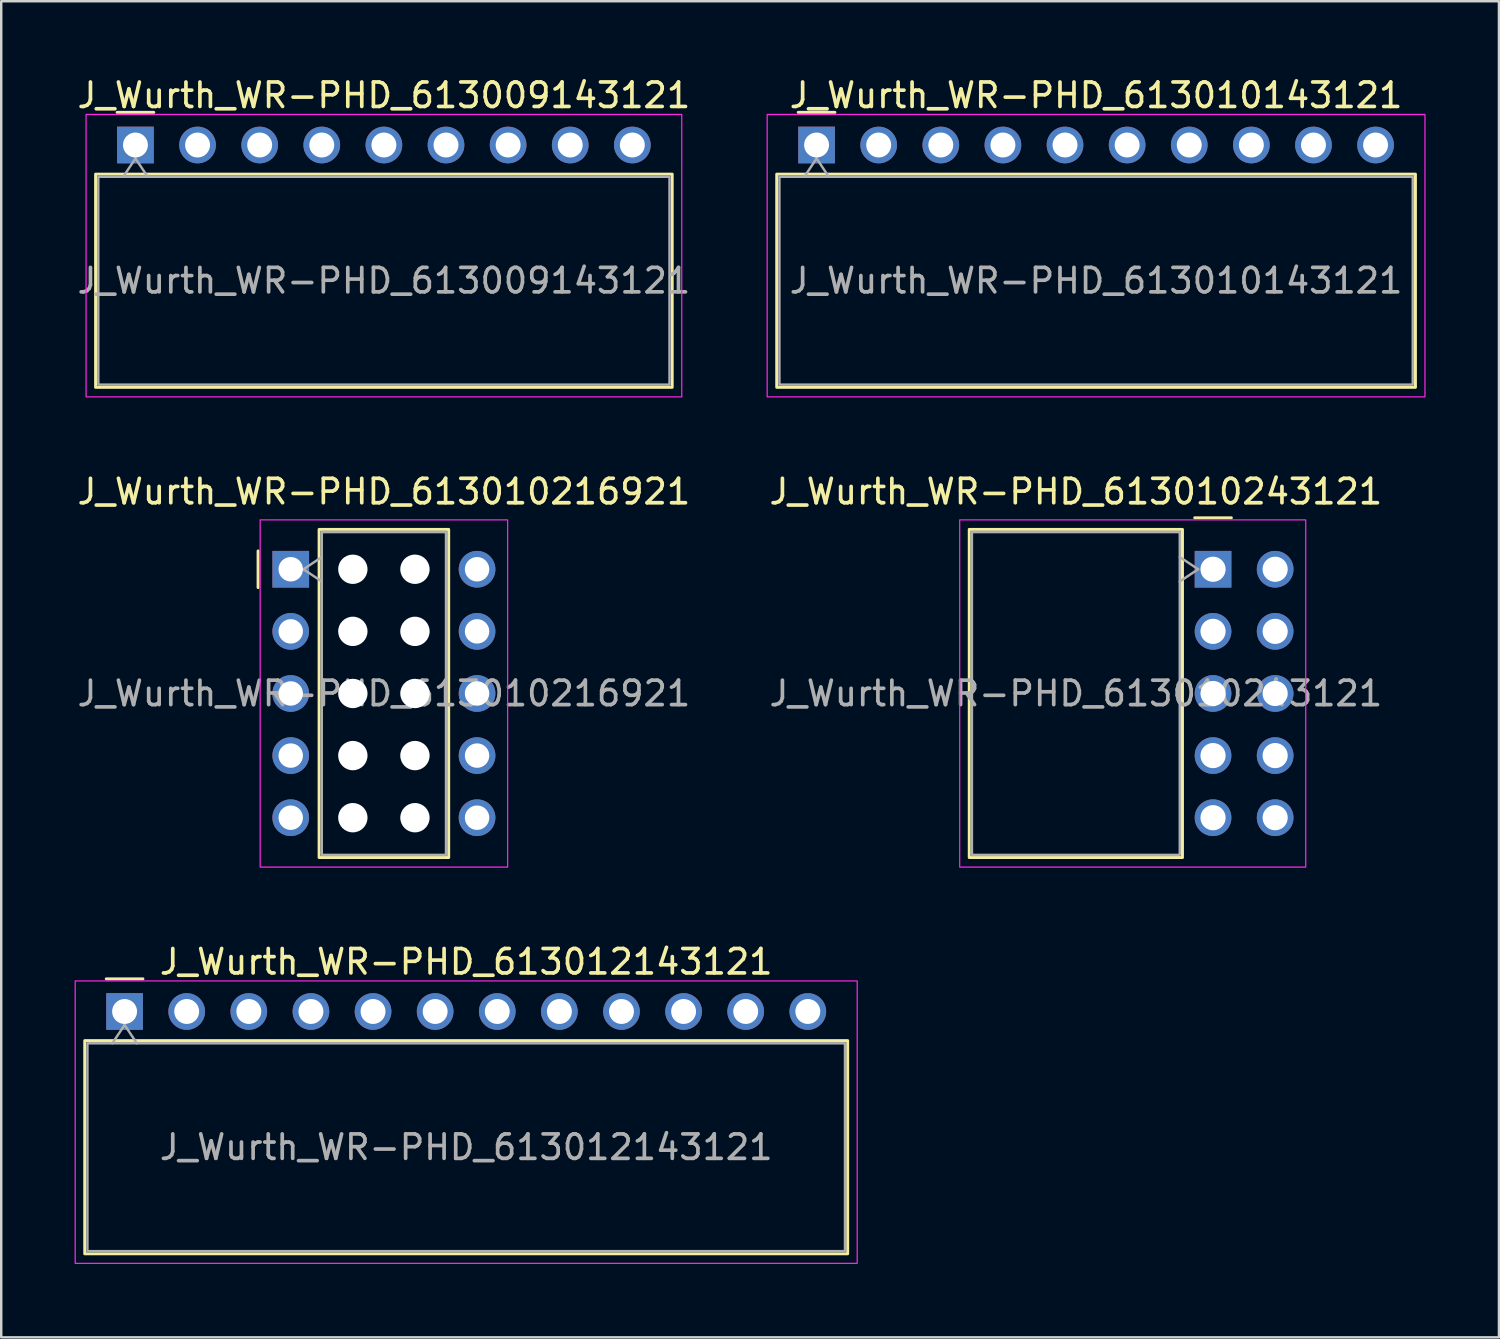
<source format=kicad_pcb>
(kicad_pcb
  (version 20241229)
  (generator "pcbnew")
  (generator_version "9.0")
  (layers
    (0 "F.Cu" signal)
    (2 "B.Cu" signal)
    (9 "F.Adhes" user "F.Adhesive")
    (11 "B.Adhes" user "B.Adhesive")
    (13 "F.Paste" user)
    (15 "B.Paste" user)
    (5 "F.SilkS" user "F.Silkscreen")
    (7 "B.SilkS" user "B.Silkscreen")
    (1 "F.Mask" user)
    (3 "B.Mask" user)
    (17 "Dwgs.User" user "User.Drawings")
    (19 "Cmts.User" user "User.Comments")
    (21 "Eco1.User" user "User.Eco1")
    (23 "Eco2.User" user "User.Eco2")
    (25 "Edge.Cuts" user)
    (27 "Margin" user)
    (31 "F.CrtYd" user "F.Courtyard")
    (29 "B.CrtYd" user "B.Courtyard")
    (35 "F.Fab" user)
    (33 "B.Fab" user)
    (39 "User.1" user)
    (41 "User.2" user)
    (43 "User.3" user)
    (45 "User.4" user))
  (footprint "J_Wurth_WR-PHD_613010143121"
    (layer "F.Cu")
    (at 30.343 2.88)
    (property "Reference" "J_Wurth_WR-PHD_613010143121" (at 11.43 -2.032 0) (unlocked yes) (layer "F.SilkS") (effects (font (size 1 1) (thickness 0.15))))
    (attr through_hole)
    (fp_line (start -0.75 -1.335) (end 0.75 -1.335) (stroke (width 0.12) (type solid)) (layer "F.SilkS"))
    (fp_rect (start -1.63 1.19) (end 24.49 9.91) (stroke (width 0.12) (type solid)) (fill no) (layer "F.SilkS"))
    (fp_rect (start -2.02 -1.25) (end 24.88 10.3) (stroke (width 0.05) (type solid)) (fill no) (layer "F.CrtYd"))
    (fp_line (start 0 0.55) (end -0.5 1.3) (stroke (width 0.1) (type solid)) (layer "F.Fab"))
    (fp_line (start 0 0.55) (end 0.5 1.3) (stroke (width 0.1) (type solid)) (layer "F.Fab"))
    (fp_rect (start -1.52 1.3) (end 24.38 9.8) (stroke (width 0.1) (type solid)) (fill no) (layer "F.Fab"))
    (fp_text user "${REFERENCE}" (at 11.43 5.55 0) (unlocked yes) (layer "F.Fab") (effects (font (size 1 1) (thickness 0.15))))
    (pad "1" thru_hole rect (at 0 0) (size 1.5 1.5) (drill 1.02) (layers "*.Cu" "*.Mask"))
    (pad "2" thru_hole circle (at 2.54 0) (size 1.5 1.5) (drill 1.02) (layers "*.Cu" "*.Mask"))
    (pad "3" thru_hole circle (at 5.08 0) (size 1.5 1.5) (drill 1.02) (layers "*.Cu" "*.Mask"))
    (pad "4" thru_hole circle (at 7.62 0) (size 1.5 1.5) (drill 1.02) (layers "*.Cu" "*.Mask"))
    (pad "5" thru_hole circle (at 10.16 0) (size 1.5 1.5) (drill 1.02) (layers "*.Cu" "*.Mask"))
    (pad "6" thru_hole circle (at 12.7 0) (size 1.5 1.5) (drill 1.02) (layers "*.Cu" "*.Mask"))
    (pad "7" thru_hole circle (at 15.24 0) (size 1.5 1.5) (drill 1.02) (layers "*.Cu" "*.Mask"))
    (pad "8" thru_hole circle (at 17.78 0) (size 1.5 1.5) (drill 1.02) (layers "*.Cu" "*.Mask"))
    (pad "9" thru_hole circle (at 20.32 0) (size 1.5 1.5) (drill 1.02) (layers "*.Cu" "*.Mask"))
    (pad "10" thru_hole circle (at 22.86 0) (size 1.5 1.5) (drill 1.02) (layers "*.Cu" "*.Mask")))
  (footprint "J_Wurth_WR-PHD_613012143121"
    (layer "F.Cu")
    (at 2.045 38.314)
    (property "Reference" "J_Wurth_WR-PHD_613012143121" (at 13.97 -2.032 0) (unlocked yes) (layer "F.SilkS") (effects (font (size 1 1) (thickness 0.15))))
    (attr through_hole)
    (fp_line (start -0.75 -1.335) (end 0.75 -1.335) (stroke (width 0.12) (type solid)) (layer "F.SilkS"))
    (fp_rect (start -1.63 1.19) (end 29.57 9.91) (stroke (width 0.12) (type solid)) (fill no) (layer "F.SilkS"))
    (fp_rect (start -2.02 -1.25) (end 29.96 10.3) (stroke (width 0.05) (type solid)) (fill no) (layer "F.CrtYd"))
    (fp_line (start 0 0.55) (end -0.5 1.3) (stroke (width 0.1) (type solid)) (layer "F.Fab"))
    (fp_line (start 0 0.55) (end 0.5 1.3) (stroke (width 0.1) (type solid)) (layer "F.Fab"))
    (fp_rect (start -1.52 1.3) (end 29.46 9.8) (stroke (width 0.1) (type solid)) (fill no) (layer "F.Fab"))
    (fp_text user "${REFERENCE}" (at 13.97 5.55 0) (unlocked yes) (layer "F.Fab") (effects (font (size 1 1) (thickness 0.15))))
    (pad "1" thru_hole rect (at 0 0) (size 1.5 1.5) (drill 1.02) (layers "*.Cu" "*.Mask"))
    (pad "2" thru_hole circle (at 2.54 0) (size 1.5 1.5) (drill 1.02) (layers "*.Cu" "*.Mask"))
    (pad "3" thru_hole circle (at 5.08 0) (size 1.5 1.5) (drill 1.02) (layers "*.Cu" "*.Mask"))
    (pad "4" thru_hole circle (at 7.62 0) (size 1.5 1.5) (drill 1.02) (layers "*.Cu" "*.Mask"))
    (pad "5" thru_hole circle (at 10.16 0) (size 1.5 1.5) (drill 1.02) (layers "*.Cu" "*.Mask"))
    (pad "6" thru_hole circle (at 12.7 0) (size 1.5 1.5) (drill 1.02) (layers "*.Cu" "*.Mask"))
    (pad "7" thru_hole circle (at 15.24 0) (size 1.5 1.5) (drill 1.02) (layers "*.Cu" "*.Mask"))
    (pad "8" thru_hole circle (at 17.78 0) (size 1.5 1.5) (drill 1.02) (layers "*.Cu" "*.Mask"))
    (pad "9" thru_hole circle (at 20.32 0) (size 1.5 1.5) (drill 1.02) (layers "*.Cu" "*.Mask"))
    (pad "10" thru_hole circle (at 22.86 0) (size 1.5 1.5) (drill 1.02) (layers "*.Cu" "*.Mask"))
    (pad "11" thru_hole circle (at 25.4 0) (size 1.5 1.5) (drill 1.02) (layers "*.Cu" "*.Mask"))
    (pad "12" thru_hole circle (at 27.94 0) (size 1.5 1.5) (drill 1.02) (layers "*.Cu" "*.Mask")))
  (footprint "J_Wurth_WR-PHD_613010216921"
    (layer "F.Cu")
    (at 8.839 20.229)
    (property "Reference" "J_Wurth_WR-PHD_613010216921" (at 3.81 -3.175 0) (unlocked yes) (layer "F.SilkS") (effects (font (size 1 1) (thickness 0.15))))
    (attr through_hole)
    (fp_line (start -1.335 -0.75) (end -1.335 0.75) (stroke (width 0.12) (type solid)) (layer "F.SilkS"))
    (fp_rect (start 1.16 -1.63) (end 6.46 11.79) (stroke (width 0.12) (type solid)) (fill no) (layer "F.SilkS"))
    (fp_rect (start -1.25 -2.02) (end 8.87 12.18) (stroke (width 0.05) (type solid)) (fill no) (layer "F.CrtYd"))
    (fp_line (start 0.52 0) (end 1.27 -0.5) (stroke (width 0.1) (type solid)) (layer "F.Fab"))
    (fp_line (start 0.52 0) (end 1.27 0.5) (stroke (width 0.1) (type solid)) (layer "F.Fab"))
    (fp_rect (start 1.27 -1.52) (end 6.35 11.68) (stroke (width 0.1) (type solid)) (fill no) (layer "F.Fab"))
    (fp_text user "${REFERENCE}" (at 3.81 5.08 0) (unlocked yes) (layer "F.Fab") (effects (font (size 1 1) (thickness 0.15))))
    (pad "" np_thru_hole circle (at 2.54 0 270) (size 1.2 1.2) (drill 1.2) (layers "*.Cu" "*.Mask"))
    (pad "" np_thru_hole circle (at 2.54 2.54 270) (size 1.2 1.2) (drill 1.2) (layers "*.Cu" "*.Mask"))
    (pad "" np_thru_hole circle (at 2.54 5.08 270) (size 1.2 1.2) (drill 1.2) (layers "*.Cu" "*.Mask"))
    (pad "" np_thru_hole circle (at 2.54 7.62 270) (size 1.2 1.2) (drill 1.2) (layers "*.Cu" "*.Mask"))
    (pad "" np_thru_hole circle (at 2.54 10.16 270) (size 1.2 1.2) (drill 1.2) (layers "*.Cu" "*.Mask"))
    (pad "" np_thru_hole circle (at 5.08 0 270) (size 1.2 1.2) (drill 1.2) (layers "*.Cu" "*.Mask"))
    (pad "" np_thru_hole circle (at 5.08 2.54 270) (size 1.2 1.2) (drill 1.2) (layers "*.Cu" "*.Mask"))
    (pad "" np_thru_hole circle (at 5.08 5.08 270) (size 1.2 1.2) (drill 1.2) (layers "*.Cu" "*.Mask"))
    (pad "" np_thru_hole circle (at 5.08 7.62 270) (size 1.2 1.2) (drill 1.2) (layers "*.Cu" "*.Mask"))
    (pad "" np_thru_hole circle (at 5.08 10.16 270) (size 1.2 1.2) (drill 1.2) (layers "*.Cu" "*.Mask"))
    (pad "1" thru_hole rect (at 0 0 270) (size 1.5 1.5) (drill 1) (layers "*.Cu" "*.Mask"))
    (pad "2" thru_hole circle (at 7.62 0 270) (size 1.5 1.5) (drill 1) (layers "*.Cu" "*.Mask"))
    (pad "3" thru_hole circle (at 0 2.54 270) (size 1.5 1.5) (drill 1) (layers "*.Cu" "*.Mask"))
    (pad "4" thru_hole circle (at 7.62 2.54 270) (size 1.5 1.5) (drill 1) (layers "*.Cu" "*.Mask"))
    (pad "5" thru_hole circle (at 0 5.08 270) (size 1.5 1.5) (drill 1) (layers "*.Cu" "*.Mask"))
    (pad "6" thru_hole circle (at 7.62 5.08 270) (size 1.5 1.5) (drill 1) (layers "*.Cu" "*.Mask"))
    (pad "7" thru_hole circle (at 0 7.62 270) (size 1.5 1.5) (drill 1) (layers "*.Cu" "*.Mask"))
    (pad "8" thru_hole circle (at 7.62 7.62 270) (size 1.5 1.5) (drill 1) (layers "*.Cu" "*.Mask"))
    (pad "9" thru_hole circle (at 0 10.16 270) (size 1.5 1.5) (drill 1) (layers "*.Cu" "*.Mask"))
    (pad "10" thru_hole circle (at 7.62 10.16 270) (size 1.5 1.5) (drill 1) (layers "*.Cu" "*.Mask")))
  (footprint "J_Wurth_WR-PHD_613009143121"
    (layer "F.Cu")
    (at 2.489 2.88)
    (property "Reference" "J_Wurth_WR-PHD_613009143121" (at 10.16 -2.032 0) (unlocked yes) (layer "F.SilkS") (effects (font (size 1 1) (thickness 0.15))))
    (attr through_hole)
    (fp_line (start -0.75 -1.335) (end 0.75 -1.335) (stroke (width 0.12) (type solid)) (layer "F.SilkS"))
    (fp_rect (start -1.63 1.19) (end 21.95 9.91) (stroke (width 0.12) (type solid)) (fill no) (layer "F.SilkS"))
    (fp_rect (start -2.02 -1.25) (end 22.34 10.3) (stroke (width 0.05) (type solid)) (fill no) (layer "F.CrtYd"))
    (fp_line (start 0 0.55) (end -0.5 1.3) (stroke (width 0.1) (type solid)) (layer "F.Fab"))
    (fp_line (start 0 0.55) (end 0.5 1.3) (stroke (width 0.1) (type solid)) (layer "F.Fab"))
    (fp_rect (start -1.52 1.3) (end 21.84 9.8) (stroke (width 0.1) (type solid)) (fill no) (layer "F.Fab"))
    (fp_text user "${REFERENCE}" (at 10.16 5.55 0) (unlocked yes) (layer "F.Fab") (effects (font (size 1 1) (thickness 0.15))))
    (pad "1" thru_hole rect (at 0 0) (size 1.5 1.5) (drill 1.02) (layers "*.Cu" "*.Mask"))
    (pad "2" thru_hole circle (at 2.54 0) (size 1.5 1.5) (drill 1.02) (layers "*.Cu" "*.Mask"))
    (pad "3" thru_hole circle (at 5.08 0) (size 1.5 1.5) (drill 1.02) (layers "*.Cu" "*.Mask"))
    (pad "4" thru_hole circle (at 7.62 0) (size 1.5 1.5) (drill 1.02) (layers "*.Cu" "*.Mask"))
    (pad "5" thru_hole circle (at 10.16 0) (size 1.5 1.5) (drill 1.02) (layers "*.Cu" "*.Mask"))
    (pad "6" thru_hole circle (at 12.7 0) (size 1.5 1.5) (drill 1.02) (layers "*.Cu" "*.Mask"))
    (pad "7" thru_hole circle (at 15.24 0) (size 1.5 1.5) (drill 1.02) (layers "*.Cu" "*.Mask"))
    (pad "8" thru_hole circle (at 17.78 0) (size 1.5 1.5) (drill 1.02) (layers "*.Cu" "*.Mask"))
    (pad "9" thru_hole circle (at 20.32 0) (size 1.5 1.5) (drill 1.02) (layers "*.Cu" "*.Mask")))
  (footprint "J_Wurth_WR-PHD_613010243121"
    (layer "F.Cu")
    (at 46.556 20.229)
    (property "Reference" "J_Wurth_WR-PHD_613010243121" (at -5.61 -3.175 0) (unlocked yes) (layer "F.SilkS") (effects (font (size 1 1) (thickness 0.15))))
    (attr through_hole)
    (fp_line (start -0.75 -2.105) (end 0.75 -2.105) (stroke (width 0.12) (type solid)) (layer "F.SilkS"))
    (fp_rect (start -9.97 -1.63) (end -1.25 11.79) (stroke (width 0.12) (type solid)) (fill no) (layer "F.SilkS"))
    (fp_rect (start -10.36 -2.02) (end 3.79 12.18) (stroke (width 0.05) (type solid)) (fill no) (layer "F.CrtYd"))
    (fp_line (start -0.61 0) (end -1.36 -0.5) (stroke (width 0.1) (type solid)) (layer "F.Fab"))
    (fp_line (start -0.61 0) (end -1.36 0.5) (stroke (width 0.1) (type solid)) (layer "F.Fab"))
    (fp_rect (start -9.86 -1.52) (end -1.36 11.68) (stroke (width 0.1) (type solid)) (fill no) (layer "F.Fab"))
    (fp_text user "${REFERENCE}" (at -5.61 5.08 0) (unlocked yes) (layer "F.Fab") (effects (font (size 1 1) (thickness 0.15))))
    (pad "1" thru_hole rect (at 0 0 270) (size 1.5 1.5) (drill 1.03) (layers "*.Cu" "*.Mask"))
    (pad "2" thru_hole circle (at 2.54 0 270) (size 1.5 1.5) (drill 1.03) (layers "*.Cu" "*.Mask"))
    (pad "3" thru_hole circle (at 0 2.54 270) (size 1.5 1.5) (drill 1.03) (layers "*.Cu" "*.Mask"))
    (pad "4" thru_hole circle (at 2.54 2.54 270) (size 1.5 1.5) (drill 1.03) (layers "*.Cu" "*.Mask"))
    (pad "5" thru_hole circle (at 0 5.08 270) (size 1.5 1.5) (drill 1.03) (layers "*.Cu" "*.Mask"))
    (pad "6" thru_hole circle (at 2.54 5.08 270) (size 1.5 1.5) (drill 1.03) (layers "*.Cu" "*.Mask"))
    (pad "7" thru_hole circle (at 0 7.62 270) (size 1.5 1.5) (drill 1.03) (layers "*.Cu" "*.Mask"))
    (pad "8" thru_hole circle (at 2.54 7.62 270) (size 1.5 1.5) (drill 1.03) (layers "*.Cu" "*.Mask"))
    (pad "9" thru_hole circle (at 0 10.16 270) (size 1.5 1.5) (drill 1.03) (layers "*.Cu" "*.Mask"))
    (pad "10" thru_hole circle (at 2.54 10.16 270) (size 1.5 1.5) (drill 1.03) (layers "*.Cu" "*.Mask")))
  (gr_rect
    (start -3 -3)
    (end 58.248 51.639)
    (stroke (width 0.1) (type default))
    (fill no)
    (layer "Edge.Cuts")))
</source>
